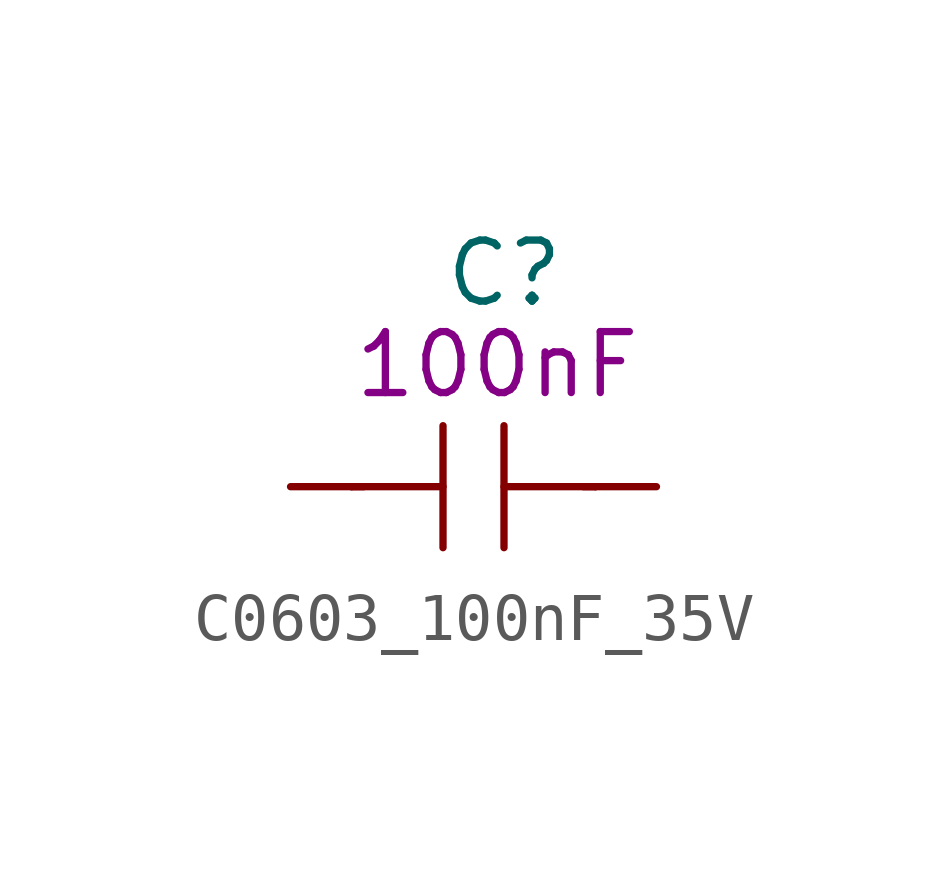
<source format=kicad_sym>
(kicad_symbol_lib
  (version 20211014)
  (generator kicad_symbol_editor)
  (symbol "C0603_100nF_35V"
    (pin_numbers hide)
    (pin_names
      (offset 1.016))
    (property "Reference" "C"
      (at -0.635 4.445 0)
      (effects (font (size 1.27 1.27)) (justify left)))
    (property "Symbol" "100nF"
      (at -2.54 2.54 0)
      (effects (font (size 1.27 1.27)) (justify left)))
    (symbol "C0603_100nF_35V_1_1"
      (polyline (pts (xy -2.54 0) (xy -0.635 0)) (stroke (width 0) (type default) (color 0 0 0 0)) (fill (type none)))
      (polyline (pts (xy -2.286 0) (xy -2.54 0)) (stroke (width 0) (type default) (color 0 0 0 0)) (fill (type none)))
      (polyline (pts (xy -0.635 1.27) (xy -0.635 -1.27)) (stroke (width 0) (type default) (color 0 0 0 0)) (fill (type none)))
      (polyline (pts (xy 0.635 0) (xy 2.54 0)) (stroke (width 0) (type default) (color 0 0 0 0)) (fill (type none)))
      (polyline (pts (xy 0.635 1.27) (xy 0.635 -1.27)) (stroke (width 0) (type default) (color 0 0 0 0)) (fill (type none)))
      (polyline (pts (xy 2.286 0) (xy 2.54 0)) (stroke (width 0) (type default) (color 0 0 0 0)) (fill (type none)))
      (pin passive line (at -3.81 0 0) (length 1.27) (name "~" (effects (font (size 1.27 1.27)))) (number "1" (effects (font (size 1.27 1.27)))))
      (pin passive line (at 3.81 0 180) (length 1.27) (name "~" (effects (font (size 1.27 1.27)))) (number "2" (effects (font (size 1.27 1.27))))))))
</source>
